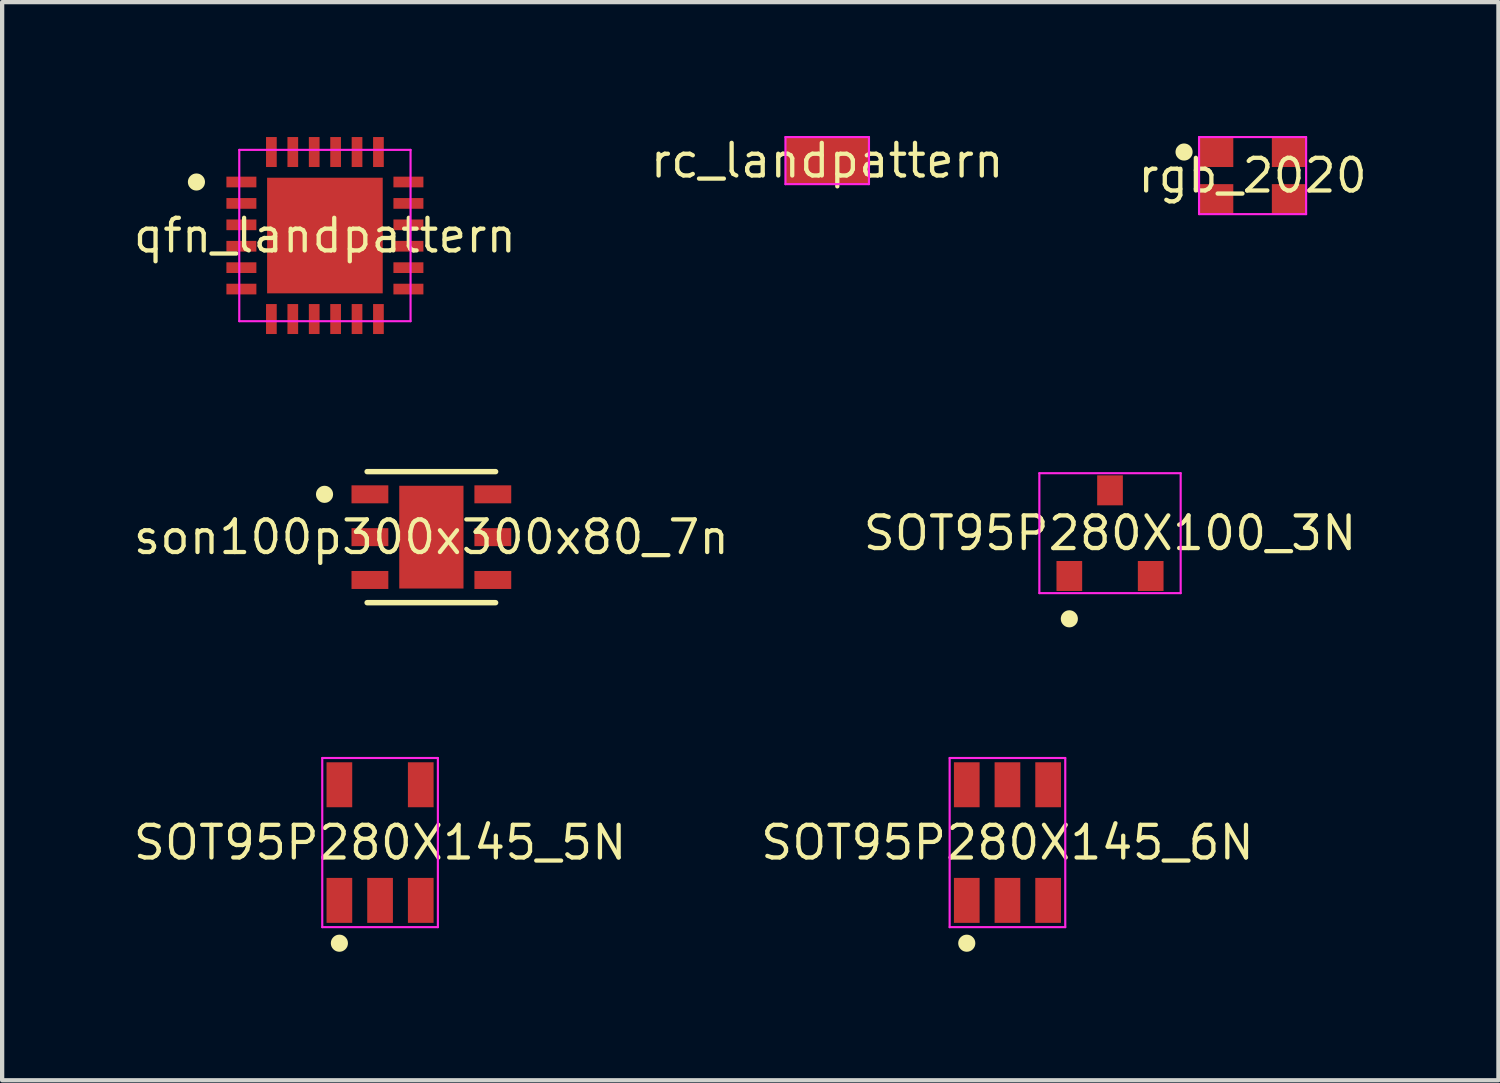
<source format=kicad_pcb>
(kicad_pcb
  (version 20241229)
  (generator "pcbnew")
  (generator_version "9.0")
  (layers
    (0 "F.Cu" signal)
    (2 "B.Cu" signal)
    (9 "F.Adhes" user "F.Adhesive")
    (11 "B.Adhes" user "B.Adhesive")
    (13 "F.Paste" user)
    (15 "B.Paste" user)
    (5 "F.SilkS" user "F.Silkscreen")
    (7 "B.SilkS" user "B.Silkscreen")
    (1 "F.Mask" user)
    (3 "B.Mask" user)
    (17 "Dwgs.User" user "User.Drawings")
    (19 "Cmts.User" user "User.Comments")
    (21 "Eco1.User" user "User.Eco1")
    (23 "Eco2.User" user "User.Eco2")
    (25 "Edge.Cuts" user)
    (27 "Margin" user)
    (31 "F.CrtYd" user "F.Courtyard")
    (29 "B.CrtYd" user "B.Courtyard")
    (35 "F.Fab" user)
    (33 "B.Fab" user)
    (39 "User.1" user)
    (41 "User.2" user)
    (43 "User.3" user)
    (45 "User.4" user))
  (footprint "rgb_2020"
    (layer "F.Cu")
    (at 26.199 1.05)
    (property "Reference" "rgb_2020" (at 0 0 0) (layer "F.SilkS") (effects (font (size 0.762 0.762) (thickness 0.1))))
    (attr through_hole)
    (fp_poly (pts (xy -1.4 -0.05) (xy -0.3 -0.05) (xy -0.3 -1.05) (xy -1.4 -1.05)) (stroke (width 0) (type solid)) (fill yes) (layer "F.Mask"))
    (fp_poly (pts (xy -1.4 1.05) (xy -0.3 1.05) (xy -0.3 0.05) (xy -1.4 0.05)) (stroke (width 0) (type solid)) (fill yes) (layer "F.Mask"))
    (fp_poly (pts (xy 0.3 -0.05) (xy 1.4 -0.05) (xy 1.4 -1.05) (xy 0.3 -1.05)) (stroke (width 0) (type solid)) (fill yes) (layer "F.Mask"))
    (fp_poly (pts (xy 0.3 1.05) (xy 1.4 1.05) (xy 1.4 0.05) (xy 0.3 0.05)) (stroke (width 0) (type solid)) (fill yes) (layer "F.Mask"))
    (fp_poly (pts (xy -1.4 -0.55) (xy -1.404 -0.589) (xy -1.415 -0.627) (xy -1.434 -0.661) (xy -1.459 -0.691) (xy -1.489 -0.716) (xy -1.523 -0.735) (xy -1.561 -0.746) (xy -1.6 -0.75) (xy -1.639 -0.746) (xy -1.677 -0.735) (xy -1.711 -0.716) (xy -1.741 -0.691) (xy -1.766 -0.661) (xy -1.785 -0.627) (xy -1.796 -0.589) (xy -1.8 -0.55) (xy -1.796 -0.511) (xy -1.785 -0.473) (xy -1.766 -0.439) (xy -1.741 -0.409) (xy -1.711 -0.384) (xy -1.677 -0.365) (xy -1.639 -0.354) (xy -1.6 -0.35) (xy -1.561 -0.354) (xy -1.523 -0.365) (xy -1.489 -0.384) (xy -1.459 -0.409) (xy -1.434 -0.439) (xy -1.415 -0.473) (xy -1.404 -0.511)) (stroke (width 0) (type solid)) (fill yes) (layer "F.SilkS"))
    (fp_line (start -1.25 -0.9) (end -1.25 0.9) (stroke (width 0.05) (type solid)) (layer "F.CrtYd"))
    (fp_line (start -1.25 0.9) (end 1.25 0.9) (stroke (width 0.05) (type solid)) (layer "F.CrtYd"))
    (fp_line (start 1.25 -0.9) (end -1.25 -0.9) (stroke (width 0.05) (type solid)) (layer "F.CrtYd"))
    (fp_line (start 1.25 0.9) (end 1.25 -0.9) (stroke (width 0.05) (type solid)) (layer "F.CrtYd"))
    (pad "1" smd rect (at -0.85 -0.55) (size 0.8 0.7) (layers "F.Cu" "F.Paste"))
    (pad "2" smd rect (at 0.85 -0.55) (size 0.8 0.7) (layers "F.Cu" "F.Paste"))
    (pad "3" smd rect (at -0.85 0.55) (size 0.8 0.7) (layers "F.Cu" "F.Paste"))
    (pad "4" smd rect (at 0.85 0.55) (size 0.8 0.7) (layers "F.Cu" "F.Paste")))
  (footprint "qfn_landpattern"
    (layer "F.Cu")
    (at 4.537 2.45)
    (property "Reference" "qfn_landpattern" (at 0 0 0) (layer "F.SilkS") (effects (font (size 0.762 0.762) (thickness 0.1))))
    (attr through_hole)
    (fp_poly (pts (xy -2.45 -1.525) (xy -2.45 -0.975) (xy -1.45 -0.975) (xy -1.45 -1.525)) (stroke (width 0) (type solid)) (fill yes) (layer "F.Mask"))
    (fp_poly (pts (xy -2.45 -1.025) (xy -2.45 -0.475) (xy -1.45 -0.475) (xy -1.45 -1.025)) (stroke (width 0) (type solid)) (fill yes) (layer "F.Mask"))
    (fp_poly (pts (xy -2.45 -0.525) (xy -2.45 0.025) (xy -1.45 0.025) (xy -1.45 -0.525)) (stroke (width 0) (type solid)) (fill yes) (layer "F.Mask"))
    (fp_poly (pts (xy -2.45 -0.025) (xy -2.45 0.525) (xy -1.45 0.525) (xy -1.45 -0.025)) (stroke (width 0) (type solid)) (fill yes) (layer "F.Mask"))
    (fp_poly (pts (xy -2.45 0.475) (xy -2.45 1.025) (xy -1.45 1.025) (xy -1.45 0.475)) (stroke (width 0) (type solid)) (fill yes) (layer "F.Mask"))
    (fp_poly (pts (xy -2.45 0.975) (xy -2.45 1.525) (xy -1.45 1.525) (xy -1.45 0.975)) (stroke (width 0) (type solid)) (fill yes) (layer "F.Mask"))
    (fp_poly (pts (xy -1.525 2.45) (xy -0.975 2.45) (xy -0.975 1.45) (xy -1.525 1.45)) (stroke (width 0) (type solid)) (fill yes) (layer "F.Mask"))
    (fp_poly (pts (xy -1.5 1.5) (xy 1.5 1.5) (xy 1.5 -1.5) (xy -1.5 -1.5)) (stroke (width 0) (type solid)) (fill yes) (layer "F.Mask"))
    (fp_poly (pts (xy -1.025 2.45) (xy -0.475 2.45) (xy -0.475 1.45) (xy -1.025 1.45)) (stroke (width 0) (type solid)) (fill yes) (layer "F.Mask"))
    (fp_poly (pts (xy -0.975 -2.45) (xy -1.525 -2.45) (xy -1.525 -1.45) (xy -0.975 -1.45)) (stroke (width 0) (type solid)) (fill yes) (layer "F.Mask"))
    (fp_poly (pts (xy -0.525 2.45) (xy 0.025 2.45) (xy 0.025 1.45) (xy -0.525 1.45)) (stroke (width 0) (type solid)) (fill yes) (layer "F.Mask"))
    (fp_poly (pts (xy -0.475 -2.45) (xy -1.025 -2.45) (xy -1.025 -1.45) (xy -0.475 -1.45)) (stroke (width 0) (type solid)) (fill yes) (layer "F.Mask"))
    (fp_poly (pts (xy -0.025 2.45) (xy 0.525 2.45) (xy 0.525 1.45) (xy -0.025 1.45)) (stroke (width 0) (type solid)) (fill yes) (layer "F.Mask"))
    (fp_poly (pts (xy 0.025 -2.45) (xy -0.525 -2.45) (xy -0.525 -1.45) (xy 0.025 -1.45)) (stroke (width 0) (type solid)) (fill yes) (layer "F.Mask"))
    (fp_poly (pts (xy 0.475 2.45) (xy 1.025 2.45) (xy 1.025 1.45) (xy 0.475 1.45)) (stroke (width 0) (type solid)) (fill yes) (layer "F.Mask"))
    (fp_poly (pts (xy 0.525 -2.45) (xy -0.025 -2.45) (xy -0.025 -1.45) (xy 0.525 -1.45)) (stroke (width 0) (type solid)) (fill yes) (layer "F.Mask"))
    (fp_poly (pts (xy 0.975 2.45) (xy 1.525 2.45) (xy 1.525 1.45) (xy 0.975 1.45)) (stroke (width 0) (type solid)) (fill yes) (layer "F.Mask"))
    (fp_poly (pts (xy 1.025 -2.45) (xy 0.475 -2.45) (xy 0.475 -1.45) (xy 1.025 -1.45)) (stroke (width 0) (type solid)) (fill yes) (layer "F.Mask"))
    (fp_poly (pts (xy 1.525 -2.45) (xy 0.975 -2.45) (xy 0.975 -1.45) (xy 1.525 -1.45)) (stroke (width 0) (type solid)) (fill yes) (layer "F.Mask"))
    (fp_poly (pts (xy 2.45 -0.975) (xy 2.45 -1.525) (xy 1.45 -1.525) (xy 1.45 -0.975)) (stroke (width 0) (type solid)) (fill yes) (layer "F.Mask"))
    (fp_poly (pts (xy 2.45 -0.475) (xy 2.45 -1.025) (xy 1.45 -1.025) (xy 1.45 -0.475)) (stroke (width 0) (type solid)) (fill yes) (layer "F.Mask"))
    (fp_poly (pts (xy 2.45 0.025) (xy 2.45 -0.525) (xy 1.45 -0.525) (xy 1.45 0.025)) (stroke (width 0) (type solid)) (fill yes) (layer "F.Mask"))
    (fp_poly (pts (xy 2.45 0.525) (xy 2.45 -0.025) (xy 1.45 -0.025) (xy 1.45 0.525)) (stroke (width 0) (type solid)) (fill yes) (layer "F.Mask"))
    (fp_poly (pts (xy 2.45 1.025) (xy 2.45 0.475) (xy 1.45 0.475) (xy 1.45 1.025)) (stroke (width 0) (type solid)) (fill yes) (layer "F.Mask"))
    (fp_poly (pts (xy 2.45 1.525) (xy 2.45 0.975) (xy 1.45 0.975) (xy 1.45 1.525)) (stroke (width 0) (type solid)) (fill yes) (layer "F.Mask"))
    (fp_poly (pts (xy -2.8 -1.25) (xy -2.804 -1.289) (xy -2.815 -1.327) (xy -2.834 -1.361) (xy -2.859 -1.391) (xy -2.889 -1.416) (xy -2.923 -1.435) (xy -2.961 -1.446) (xy -3 -1.45) (xy -3.039 -1.446) (xy -3.077 -1.435) (xy -3.111 -1.416) (xy -3.141 -1.391) (xy -3.166 -1.361) (xy -3.185 -1.327) (xy -3.196 -1.289) (xy -3.2 -1.25) (xy -3.196 -1.211) (xy -3.185 -1.173) (xy -3.166 -1.139) (xy -3.141 -1.109) (xy -3.111 -1.084) (xy -3.077 -1.065) (xy -3.039 -1.054) (xy -3 -1.05) (xy -2.961 -1.054) (xy -2.923 -1.065) (xy -2.889 -1.084) (xy -2.859 -1.109) (xy -2.834 -1.139) (xy -2.815 -1.173) (xy -2.804 -1.211)) (stroke (width 0) (type solid)) (fill yes) (layer "F.SilkS"))
    (fp_line (start -2 -2) (end -2 2) (stroke (width 0.05) (type solid)) (layer "F.CrtYd"))
    (fp_line (start -2 2) (end 2 2) (stroke (width 0.05) (type solid)) (layer "F.CrtYd"))
    (fp_line (start 2 -2) (end -2 -2) (stroke (width 0.05) (type solid)) (layer "F.CrtYd"))
    (fp_line (start 2 2) (end 2 -2) (stroke (width 0.05) (type solid)) (layer "F.CrtYd"))
    (pad "1" smd rect (at -1.95 -1.25 270) (size 0.25 0.7) (layers "F.Cu" "F.Paste"))
    (pad "2" smd rect (at -1.95 -0.75 270) (size 0.25 0.7) (layers "F.Cu" "F.Paste"))
    (pad "3" smd rect (at -1.95 -0.25 270) (size 0.25 0.7) (layers "F.Cu" "F.Paste"))
    (pad "4" smd rect (at -1.95 0.25 270) (size 0.25 0.7) (layers "F.Cu" "F.Paste"))
    (pad "5" smd rect (at -1.95 0.75 270) (size 0.25 0.7) (layers "F.Cu" "F.Paste"))
    (pad "6" smd rect (at -1.95 1.25 270) (size 0.25 0.7) (layers "F.Cu" "F.Paste"))
    (pad "7" smd rect (at -1.25 1.95) (size 0.25 0.7) (layers "F.Cu" "F.Paste"))
    (pad "8" smd rect (at -0.75 1.95) (size 0.25 0.7) (layers "F.Cu" "F.Paste"))
    (pad "9" smd rect (at -0.25 1.95) (size 0.25 0.7) (layers "F.Cu" "F.Paste"))
    (pad "10" smd rect (at 0.25 1.95) (size 0.25 0.7) (layers "F.Cu" "F.Paste"))
    (pad "11" smd rect (at 0.75 1.95) (size 0.25 0.7) (layers "F.Cu" "F.Paste"))
    (pad "12" smd rect (at 1.25 1.95) (size 0.25 0.7) (layers "F.Cu" "F.Paste"))
    (pad "13" smd rect (at 1.95 1.25 90) (size 0.25 0.7) (layers "F.Cu" "F.Paste"))
    (pad "14" smd rect (at 1.95 0.75 90) (size 0.25 0.7) (layers "F.Cu" "F.Paste"))
    (pad "15" smd rect (at 1.95 0.25 90) (size 0.25 0.7) (layers "F.Cu" "F.Paste"))
    (pad "16" smd rect (at 1.95 -0.25 90) (size 0.25 0.7) (layers "F.Cu" "F.Paste"))
    (pad "17" smd rect (at 1.95 -0.75 90) (size 0.25 0.7) (layers "F.Cu" "F.Paste"))
    (pad "18" smd rect (at 1.95 -1.25 90) (size 0.25 0.7) (layers "F.Cu" "F.Paste"))
    (pad "19" smd rect (at 1.25 -1.95 180) (size 0.25 0.7) (layers "F.Cu" "F.Paste"))
    (pad "20" smd rect (at 0.75 -1.95 180) (size 0.25 0.7) (layers "F.Cu" "F.Paste"))
    (pad "21" smd rect (at 0.25 -1.95 180) (size 0.25 0.7) (layers "F.Cu" "F.Paste"))
    (pad "22" smd rect (at -0.25 -1.95 180) (size 0.25 0.7) (layers "F.Cu" "F.Paste"))
    (pad "23" smd rect (at -0.75 -1.95 180) (size 0.25 0.7) (layers "F.Cu" "F.Paste"))
    (pad "24" smd rect (at -1.25 -1.95 180) (size 0.25 0.7) (layers "F.Cu" "F.Paste"))
    (pad "25" smd rect (at 0 0) (size 2.7 2.7) (layers "F.Cu" "F.Paste")))
  (footprint "SOT95P280X100_3N"
    (layer "F.Cu")
    (at 22.87 9.4)
    (property "Reference" "SOT95P280X100_3N" (at 0 0 0) (layer "F.SilkS") (effects (font (size 0.762 0.762) (thickness 0.1))))
    (attr through_hole)
    (fp_poly (pts (xy -1.4 1.5) (xy -0.5 1.5) (xy -0.5 0.5) (xy -1.4 0.5)) (stroke (width 0) (type solid)) (fill yes) (layer "F.Mask"))
    (fp_poly (pts (xy -0.45 -0.5) (xy 0.45 -0.5) (xy 0.45 -1.5) (xy -0.45 -1.5)) (stroke (width 0) (type solid)) (fill yes) (layer "F.Mask"))
    (fp_poly (pts (xy 0.5 1.5) (xy 1.4 1.5) (xy 1.4 0.5) (xy 0.5 0.5)) (stroke (width 0) (type solid)) (fill yes) (layer "F.Mask"))
    (fp_poly (pts (xy -0.75 2) (xy -0.754 1.961) (xy -0.765 1.923) (xy -0.784 1.889) (xy -0.809 1.859) (xy -0.839 1.834) (xy -0.873 1.815) (xy -0.911 1.804) (xy -0.95 1.8) (xy -0.989 1.804) (xy -1.027 1.815) (xy -1.061 1.834) (xy -1.091 1.859) (xy -1.116 1.889) (xy -1.135 1.923) (xy -1.146 1.961) (xy -1.15 2) (xy -1.146 2.039) (xy -1.135 2.077) (xy -1.116 2.111) (xy -1.091 2.141) (xy -1.061 2.166) (xy -1.027 2.185) (xy -0.989 2.196) (xy -0.95 2.2) (xy -0.911 2.196) (xy -0.873 2.185) (xy -0.839 2.166) (xy -0.809 2.141) (xy -0.784 2.111) (xy -0.765 2.077) (xy -0.754 2.039)) (stroke (width 0) (type solid)) (fill yes) (layer "F.SilkS"))
    (fp_line (start -1.65 -1.4) (end -1.65 1.4) (stroke (width 0.05) (type solid)) (layer "F.CrtYd"))
    (fp_line (start -1.65 1.4) (end 1.65 1.4) (stroke (width 0.05) (type solid)) (layer "F.CrtYd"))
    (fp_line (start 1.65 -1.4) (end -1.65 -1.4) (stroke (width 0.05) (type solid)) (layer "F.CrtYd"))
    (fp_line (start 1.65 1.4) (end 1.65 -1.4) (stroke (width 0.05) (type solid)) (layer "F.CrtYd"))
    (pad "1" smd rect (at -0.95 1) (size 0.6 0.7) (layers "F.Cu" "F.Paste"))
    (pad "2" smd rect (at 0.95 1) (size 0.6 0.7) (layers "F.Cu" "F.Paste"))
    (pad "3" smd rect (at 0 -1) (size 0.6 0.7) (layers "F.Cu" "F.Paste")))
  (footprint "rc_landpattern"
    (layer "F.Cu")
    (at 16.266 0.7)
    (property "Reference" "rc_landpattern" (at 0 0 0) (layer "F.SilkS") (effects (font (size 0.762 0.762) (thickness 0.1))))
    (attr through_hole)
    (fp_poly (pts (xy -1.125 0.7) (xy 1.125 0.7) (xy 1.125 -0.7) (xy -1.125 -0.7)) (stroke (width 0) (type solid)) (fill yes) (layer "F.Mask"))
    (fp_line (start -0.975 -0.55) (end -0.975 0.55) (stroke (width 0.05) (type solid)) (layer "F.CrtYd"))
    (fp_line (start -0.975 0.55) (end 0.975 0.55) (stroke (width 0.05) (type solid)) (layer "F.CrtYd"))
    (fp_line (start 0.975 -0.55) (end -0.975 -0.55) (stroke (width 0.05) (type solid)) (layer "F.CrtYd"))
    (fp_line (start 0.975 0.55) (end 0.975 -0.55) (stroke (width 0.05) (type solid)) (layer "F.CrtYd"))
    (pad "p" smd rect (at 0 0) (size 1.95 1.1) (layers "F.Cu" "F.Paste")))
  (footprint "SOT95P280X145_6N"
    (layer "F.Cu")
    (at 20.475 16.625)
    (property "Reference" "SOT95P280X145_6N" (at 0 0 0) (layer "F.SilkS") (effects (font (size 0.762 0.762) (thickness 0.1))))
    (attr through_hole)
    (fp_poly (pts (xy -1.4 -0.675) (xy -0.5 -0.675) (xy -0.5 -2.025) (xy -1.4 -2.025)) (stroke (width 0) (type solid)) (fill yes) (layer "F.Mask"))
    (fp_poly (pts (xy -1.4 2.025) (xy -0.5 2.025) (xy -0.5 0.675) (xy -1.4 0.675)) (stroke (width 0) (type solid)) (fill yes) (layer "F.Mask"))
    (fp_poly (pts (xy -0.45 -0.675) (xy 0.45 -0.675) (xy 0.45 -2.025) (xy -0.45 -2.025)) (stroke (width 0) (type solid)) (fill yes) (layer "F.Mask"))
    (fp_poly (pts (xy -0.45 2.025) (xy 0.45 2.025) (xy 0.45 0.675) (xy -0.45 0.675)) (stroke (width 0) (type solid)) (fill yes) (layer "F.Mask"))
    (fp_poly (pts (xy 0.5 -0.675) (xy 1.4 -0.675) (xy 1.4 -2.025) (xy 0.5 -2.025)) (stroke (width 0) (type solid)) (fill yes) (layer "F.Mask"))
    (fp_poly (pts (xy 0.5 2.025) (xy 1.4 2.025) (xy 1.4 0.675) (xy 0.5 0.675)) (stroke (width 0) (type solid)) (fill yes) (layer "F.Mask"))
    (fp_poly (pts (xy -0.75 2.35) (xy -0.754 2.311) (xy -0.765 2.273) (xy -0.784 2.239) (xy -0.809 2.209) (xy -0.839 2.184) (xy -0.873 2.165) (xy -0.911 2.154) (xy -0.95 2.15) (xy -0.989 2.154) (xy -1.027 2.165) (xy -1.061 2.184) (xy -1.091 2.209) (xy -1.116 2.239) (xy -1.135 2.273) (xy -1.146 2.311) (xy -1.15 2.35) (xy -1.146 2.389) (xy -1.135 2.427) (xy -1.116 2.461) (xy -1.091 2.491) (xy -1.061 2.516) (xy -1.027 2.535) (xy -0.989 2.546) (xy -0.95 2.55) (xy -0.911 2.546) (xy -0.873 2.535) (xy -0.839 2.516) (xy -0.809 2.491) (xy -0.784 2.461) (xy -0.765 2.427) (xy -0.754 2.389)) (stroke (width 0) (type solid)) (fill yes) (layer "F.SilkS"))
    (fp_line (start -1.35 -1.975) (end -1.35 1.975) (stroke (width 0.05) (type solid)) (layer "F.CrtYd"))
    (fp_line (start -1.35 1.975) (end 1.35 1.975) (stroke (width 0.05) (type solid)) (layer "F.CrtYd"))
    (fp_line (start 1.35 -1.975) (end -1.35 -1.975) (stroke (width 0.05) (type solid)) (layer "F.CrtYd"))
    (fp_line (start 1.35 1.975) (end 1.35 -1.975) (stroke (width 0.05) (type solid)) (layer "F.CrtYd"))
    (pad "1" smd rect (at -0.95 1.35) (size 0.6 1.05) (layers "F.Cu" "F.Paste"))
    (pad "2" smd rect (at 0 1.35) (size 0.6 1.05) (layers "F.Cu" "F.Paste"))
    (pad "3" smd rect (at 0.95 1.35) (size 0.6 1.05) (layers "F.Cu" "F.Paste"))
    (pad "4" smd rect (at 0.95 -1.35) (size 0.6 1.05) (layers "F.Cu" "F.Paste"))
    (pad "5" smd rect (at 0 -1.35) (size 0.6 1.05) (layers "F.Cu" "F.Paste"))
    (pad "6" smd rect (at -0.95 -1.35) (size 0.6 1.05) (layers "F.Cu" "F.Paste")))
  (footprint "son100p300x300x80_7n"
    (layer "F.Cu")
    (at 7.023 9.493)
    (property "Reference" "son100p300x300x80_7n" (at 0 0 0) (layer "F.SilkS") (effects (font (size 0.762 0.762) (thickness 0.1))))
    (attr through_hole)
    (fp_poly (pts (xy -2.015 -0.64) (xy -0.855 -0.64) (xy -0.855 -1.36) (xy -2.015 -1.36)) (stroke (width 0) (type solid)) (fill yes) (layer "F.Mask"))
    (fp_poly (pts (xy -2.015 0.36) (xy -0.855 0.36) (xy -0.855 -0.36) (xy -2.015 -0.36)) (stroke (width 0) (type solid)) (fill yes) (layer "F.Mask"))
    (fp_poly (pts (xy -2.015 1.36) (xy -0.855 1.36) (xy -0.855 0.64) (xy -2.015 0.64)) (stroke (width 0) (type solid)) (fill yes) (layer "F.Mask"))
    (fp_poly (pts (xy -0.9 1.35) (xy 0.9 1.35) (xy 0.9 -1.35) (xy -0.9 -1.35)) (stroke (width 0) (type solid)) (fill yes) (layer "F.Mask"))
    (fp_poly (pts (xy 0.855 -0.64) (xy 2.015 -0.64) (xy 2.015 -1.36) (xy 0.855 -1.36)) (stroke (width 0) (type solid)) (fill yes) (layer "F.Mask"))
    (fp_poly (pts (xy 0.855 0.36) (xy 2.015 0.36) (xy 2.015 -0.36) (xy 0.855 -0.36)) (stroke (width 0) (type solid)) (fill yes) (layer "F.Mask"))
    (fp_poly (pts (xy 0.855 1.36) (xy 2.015 1.36) (xy 2.015 0.64) (xy 0.855 0.64)) (stroke (width 0) (type solid)) (fill yes) (layer "F.Mask"))
    (fp_line (start -1.5 -1.53) (end 1.5 -1.53) (stroke (width 0.127) (type solid)) (layer "F.SilkS"))
    (fp_line (start -1.5 1.53) (end 1.5 1.53) (stroke (width 0.127) (type solid)) (layer "F.SilkS"))
    (fp_poly (pts (xy -2.295 -1) (xy -2.299 -1.039) (xy -2.31 -1.077) (xy -2.329 -1.111) (xy -2.354 -1.141) (xy -2.384 -1.166) (xy -2.418 -1.185) (xy -2.456 -1.196) (xy -2.495 -1.2) (xy -2.534 -1.196) (xy -2.572 -1.185) (xy -2.606 -1.166) (xy -2.636 -1.141) (xy -2.661 -1.111) (xy -2.68 -1.077) (xy -2.691 -1.039) (xy -2.695 -1) (xy -2.691 -0.961) (xy -2.68 -0.923) (xy -2.661 -0.889) (xy -2.636 -0.859) (xy -2.606 -0.834) (xy -2.572 -0.815) (xy -2.534 -0.804) (xy -2.495 -0.8) (xy -2.456 -0.804) (xy -2.418 -0.815) (xy -2.384 -0.834) (xy -2.354 -0.859) (xy -2.329 -0.889) (xy -2.31 -0.923) (xy -2.299 -0.961)) (stroke (width 0) (type solid)) (fill yes) (layer "F.SilkS"))
    (pad "1" smd rect (at -1.435 -1) (size 0.86 0.42) (layers "F.Cu" "F.Paste"))
    (pad "2" smd rect (at -1.435 0) (size 0.86 0.42) (layers "F.Cu" "F.Paste"))
    (pad "3" smd rect (at -1.435 1) (size 0.86 0.42) (layers "F.Cu" "F.Paste"))
    (pad "4" smd rect (at 1.435 1) (size 0.86 0.42) (layers "F.Cu" "F.Paste"))
    (pad "5" smd rect (at 1.435 0) (size 0.86 0.42) (layers "F.Cu" "F.Paste"))
    (pad "6" smd rect (at 1.435 -1) (size 0.86 0.42) (layers "F.Cu" "F.Paste"))
    (pad "7" smd rect (at 0 0) (size 1.5 2.4) (layers "F.Cu" "F.Paste")))
  (footprint "SOT95P280X145_5N"
    (layer "F.Cu")
    (at 5.825 16.625)
    (property "Reference" "SOT95P280X145_5N" (at 0 0 0) (layer "F.SilkS") (effects (font (size 0.762 0.762) (thickness 0.1))))
    (attr through_hole)
    (fp_poly (pts (xy -1.4 -0.675) (xy -0.5 -0.675) (xy -0.5 -2.025) (xy -1.4 -2.025)) (stroke (width 0) (type solid)) (fill yes) (layer "F.Mask"))
    (fp_poly (pts (xy -1.4 2.025) (xy -0.5 2.025) (xy -0.5 0.675) (xy -1.4 0.675)) (stroke (width 0) (type solid)) (fill yes) (layer "F.Mask"))
    (fp_poly (pts (xy -0.45 2.025) (xy 0.45 2.025) (xy 0.45 0.675) (xy -0.45 0.675)) (stroke (width 0) (type solid)) (fill yes) (layer "F.Mask"))
    (fp_poly (pts (xy 0.5 -0.675) (xy 1.4 -0.675) (xy 1.4 -2.025) (xy 0.5 -2.025)) (stroke (width 0) (type solid)) (fill yes) (layer "F.Mask"))
    (fp_poly (pts (xy 0.5 2.025) (xy 1.4 2.025) (xy 1.4 0.675) (xy 0.5 0.675)) (stroke (width 0) (type solid)) (fill yes) (layer "F.Mask"))
    (fp_poly (pts (xy -0.75 2.35) (xy -0.754 2.311) (xy -0.765 2.273) (xy -0.784 2.239) (xy -0.809 2.209) (xy -0.839 2.184) (xy -0.873 2.165) (xy -0.911 2.154) (xy -0.95 2.15) (xy -0.989 2.154) (xy -1.027 2.165) (xy -1.061 2.184) (xy -1.091 2.209) (xy -1.116 2.239) (xy -1.135 2.273) (xy -1.146 2.311) (xy -1.15 2.35) (xy -1.146 2.389) (xy -1.135 2.427) (xy -1.116 2.461) (xy -1.091 2.491) (xy -1.061 2.516) (xy -1.027 2.535) (xy -0.989 2.546) (xy -0.95 2.55) (xy -0.911 2.546) (xy -0.873 2.535) (xy -0.839 2.516) (xy -0.809 2.491) (xy -0.784 2.461) (xy -0.765 2.427) (xy -0.754 2.389)) (stroke (width 0) (type solid)) (fill yes) (layer "F.SilkS"))
    (fp_line (start -1.35 -1.975) (end -1.35 1.975) (stroke (width 0.05) (type solid)) (layer "F.CrtYd"))
    (fp_line (start -1.35 1.975) (end 1.35 1.975) (stroke (width 0.05) (type solid)) (layer "F.CrtYd"))
    (fp_line (start 1.35 -1.975) (end -1.35 -1.975) (stroke (width 0.05) (type solid)) (layer "F.CrtYd"))
    (fp_line (start 1.35 1.975) (end 1.35 -1.975) (stroke (width 0.05) (type solid)) (layer "F.CrtYd"))
    (pad "1" smd rect (at -0.95 1.35) (size 0.6 1.05) (layers "F.Cu" "F.Paste"))
    (pad "2" smd rect (at 0 1.35) (size 0.6 1.05) (layers "F.Cu" "F.Paste"))
    (pad "3" smd rect (at 0.95 1.35) (size 0.6 1.05) (layers "F.Cu" "F.Paste"))
    (pad "4" smd rect (at 0.95 -1.35) (size 0.6 1.05) (layers "F.Cu" "F.Paste"))
    (pad "5" smd rect (at -0.95 -1.35) (size 0.6 1.05) (layers "F.Cu" "F.Paste")))
  (gr_rect
    (start -3 -3)
    (end 31.94 22.175)
    (stroke (width 0.1) (type default))
    (fill no)
    (layer "Edge.Cuts")))
</source>
